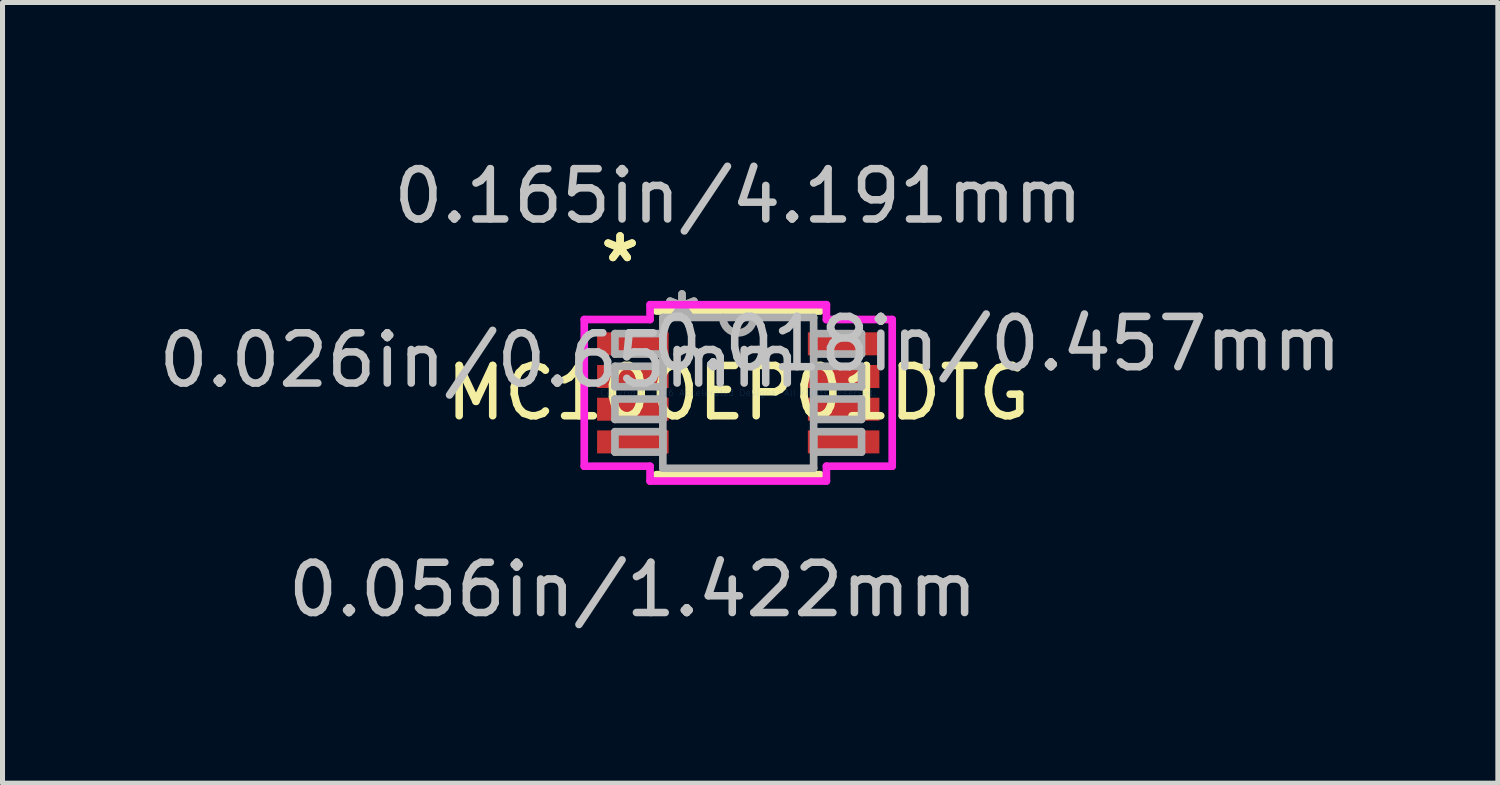
<source format=kicad_pcb>
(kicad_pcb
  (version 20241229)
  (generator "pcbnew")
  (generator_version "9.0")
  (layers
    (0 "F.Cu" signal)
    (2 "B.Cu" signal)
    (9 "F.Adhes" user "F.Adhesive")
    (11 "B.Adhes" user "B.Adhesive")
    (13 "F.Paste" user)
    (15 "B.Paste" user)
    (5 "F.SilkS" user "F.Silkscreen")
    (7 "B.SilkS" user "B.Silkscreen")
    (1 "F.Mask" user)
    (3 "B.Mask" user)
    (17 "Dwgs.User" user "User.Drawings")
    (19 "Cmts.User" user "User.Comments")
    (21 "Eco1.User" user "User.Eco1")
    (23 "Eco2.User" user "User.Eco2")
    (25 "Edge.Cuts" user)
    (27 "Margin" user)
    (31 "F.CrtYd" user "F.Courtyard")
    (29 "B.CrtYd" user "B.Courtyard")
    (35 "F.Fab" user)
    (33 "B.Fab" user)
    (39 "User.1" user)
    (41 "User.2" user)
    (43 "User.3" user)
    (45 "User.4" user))
  (footprint "MC100EP01DTG"
    (layer "F.Cu")
    (at 11.626 4.76)
    (property "Reference" "MC100EP01DTG" (at 0 0 0) (layer "F.SilkS") (effects (font (size 1 1) (thickness 0.15))))
    (attr through_hole)
    (fp_line (start -1.626 1.626) (end 1.626 1.626) (stroke (width 0.152) (type solid)) (layer "F.SilkS"))
    (fp_line (start 1.626 -1.626) (end -1.626 -1.626) (stroke (width 0.152) (type solid)) (layer "F.SilkS"))
    (fp_line (start -3.061 -1.458) (end -1.753 -1.458) (stroke (width 0.152) (type solid)) (layer "F.CrtYd"))
    (fp_line (start -3.061 1.458) (end -3.061 -1.458) (stroke (width 0.152) (type solid)) (layer "F.CrtYd"))
    (fp_line (start -1.753 -1.753) (end 1.753 -1.753) (stroke (width 0.152) (type solid)) (layer "F.CrtYd"))
    (fp_line (start -1.753 -1.458) (end -1.753 -1.753) (stroke (width 0.152) (type solid)) (layer "F.CrtYd"))
    (fp_line (start -1.753 1.458) (end -3.061 1.458) (stroke (width 0.152) (type solid)) (layer "F.CrtYd"))
    (fp_line (start -1.753 1.753) (end -1.753 1.458) (stroke (width 0.152) (type solid)) (layer "F.CrtYd"))
    (fp_line (start 1.753 -1.753) (end 1.753 -1.458) (stroke (width 0.152) (type solid)) (layer "F.CrtYd"))
    (fp_line (start 1.753 -1.458) (end 3.061 -1.458) (stroke (width 0.152) (type solid)) (layer "F.CrtYd"))
    (fp_line (start 1.753 1.458) (end 1.753 1.753) (stroke (width 0.152) (type solid)) (layer "F.CrtYd"))
    (fp_line (start 1.753 1.753) (end -1.753 1.753) (stroke (width 0.152) (type solid)) (layer "F.CrtYd"))
    (fp_line (start 3.061 -1.458) (end 3.061 1.458) (stroke (width 0.152) (type solid)) (layer "F.CrtYd"))
    (fp_line (start 3.061 1.458) (end 1.753 1.458) (stroke (width 0.152) (type solid)) (layer "F.CrtYd"))
    (fp_line (start -2.451 -1.178) (end -2.451 -0.772) (stroke (width 0.152) (type solid)) (layer "F.Fab"))
    (fp_line (start -2.451 -0.772) (end -1.499 -0.772) (stroke (width 0.152) (type solid)) (layer "F.Fab"))
    (fp_line (start -2.451 -0.528) (end -2.451 -0.122) (stroke (width 0.152) (type solid)) (layer "F.Fab"))
    (fp_line (start -2.451 -0.122) (end -1.499 -0.122) (stroke (width 0.152) (type solid)) (layer "F.Fab"))
    (fp_line (start -2.451 0.122) (end -2.451 0.528) (stroke (width 0.152) (type solid)) (layer "F.Fab"))
    (fp_line (start -2.451 0.528) (end -1.499 0.528) (stroke (width 0.152) (type solid)) (layer "F.Fab"))
    (fp_line (start -2.451 0.772) (end -2.451 1.178) (stroke (width 0.152) (type solid)) (layer "F.Fab"))
    (fp_line (start -2.451 1.178) (end -1.499 1.178) (stroke (width 0.152) (type solid)) (layer "F.Fab"))
    (fp_line (start -1.499 -1.499) (end -1.499 1.499) (stroke (width 0.152) (type solid)) (layer "F.Fab"))
    (fp_line (start -1.499 -1.178) (end -2.451 -1.178) (stroke (width 0.152) (type solid)) (layer "F.Fab"))
    (fp_line (start -1.499 -0.772) (end -1.499 -1.178) (stroke (width 0.152) (type solid)) (layer "F.Fab"))
    (fp_line (start -1.499 -0.528) (end -2.451 -0.528) (stroke (width 0.152) (type solid)) (layer "F.Fab"))
    (fp_line (start -1.499 -0.122) (end -1.499 -0.528) (stroke (width 0.152) (type solid)) (layer "F.Fab"))
    (fp_line (start -1.499 0.122) (end -2.451 0.122) (stroke (width 0.152) (type solid)) (layer "F.Fab"))
    (fp_line (start -1.499 0.528) (end -1.499 0.122) (stroke (width 0.152) (type solid)) (layer "F.Fab"))
    (fp_line (start -1.499 0.772) (end -2.451 0.772) (stroke (width 0.152) (type solid)) (layer "F.Fab"))
    (fp_line (start -1.499 1.178) (end -1.499 0.772) (stroke (width 0.152) (type solid)) (layer "F.Fab"))
    (fp_line (start -1.499 1.499) (end 1.499 1.499) (stroke (width 0.152) (type solid)) (layer "F.Fab"))
    (fp_line (start 1.499 -1.499) (end -1.499 -1.499) (stroke (width 0.152) (type solid)) (layer "F.Fab"))
    (fp_line (start 1.499 -1.178) (end 1.499 -0.772) (stroke (width 0.152) (type solid)) (layer "F.Fab"))
    (fp_line (start 1.499 -0.772) (end 2.451 -0.772) (stroke (width 0.152) (type solid)) (layer "F.Fab"))
    (fp_line (start 1.499 -0.528) (end 1.499 -0.122) (stroke (width 0.152) (type solid)) (layer "F.Fab"))
    (fp_line (start 1.499 -0.122) (end 2.451 -0.122) (stroke (width 0.152) (type solid)) (layer "F.Fab"))
    (fp_line (start 1.499 0.122) (end 1.499 0.528) (stroke (width 0.152) (type solid)) (layer "F.Fab"))
    (fp_line (start 1.499 0.528) (end 2.451 0.528) (stroke (width 0.152) (type solid)) (layer "F.Fab"))
    (fp_line (start 1.499 0.772) (end 1.499 1.178) (stroke (width 0.152) (type solid)) (layer "F.Fab"))
    (fp_line (start 1.499 1.178) (end 2.451 1.178) (stroke (width 0.152) (type solid)) (layer "F.Fab"))
    (fp_line (start 1.499 1.499) (end 1.499 -1.499) (stroke (width 0.152) (type solid)) (layer "F.Fab"))
    (fp_line (start 2.451 -1.178) (end 1.499 -1.178) (stroke (width 0.152) (type solid)) (layer "F.Fab"))
    (fp_line (start 2.451 -0.772) (end 2.451 -1.178) (stroke (width 0.152) (type solid)) (layer "F.Fab"))
    (fp_line (start 2.451 -0.528) (end 1.499 -0.528) (stroke (width 0.152) (type solid)) (layer "F.Fab"))
    (fp_line (start 2.451 -0.122) (end 2.451 -0.528) (stroke (width 0.152) (type solid)) (layer "F.Fab"))
    (fp_line (start 2.451 0.122) (end 1.499 0.122) (stroke (width 0.152) (type solid)) (layer "F.Fab"))
    (fp_line (start 2.451 0.528) (end 2.451 0.122) (stroke (width 0.152) (type solid)) (layer "F.Fab"))
    (fp_line (start 2.451 0.772) (end 1.499 0.772) (stroke (width 0.152) (type solid)) (layer "F.Fab"))
    (fp_line (start 2.451 1.178) (end 2.451 0.772) (stroke (width 0.152) (type solid)) (layer "F.Fab"))
    (fp_arc (start 0.3048 -1.4986) (mid 0 -1.1938) (end -0.3048 -1.4986) (stroke (width 0.1524) (type solid)) (layer "F.Fab"))
    (fp_text user "*" (at -2.349 -2.575 0) (layer "F.SilkS") (effects (font (size 1 1) (thickness 0.15))))
    (fp_text user "*" (at -2.349 -2.575 0) (layer "F.SilkS") (effects (font (size 1 1) (thickness 0.15))))
    (fp_text user "0.165in/4.191mm" (at 0 -3.912 0) (layer "Dwgs.User") (effects (font (size 1 1) (thickness 0.15))))
    (fp_text user "0.056in/1.422mm" (at -2.095 3.912 0) (layer "Dwgs.User") (effects (font (size 1 1) (thickness 0.15))))
    (fp_text user "0.018in/0.457mm" (at 5.144 -0.975 0) (layer "Dwgs.User") (effects (font (size 1 1) (thickness 0.15))))
    (fp_text user "0.026in/0.65mm" (at -5.144 -0.65 0) (layer "Dwgs.User") (effects (font (size 1 1) (thickness 0.15))))
    (fp_text user "Copyright 2016 Accelerated Designs. All rights reserved." (at 0 0 0) (layer "Cmts.User") (effects (font (size 0.127 0.127) (thickness 0.002))))
    (fp_text user "*" (at -1.118 -1.422 0) (layer "F.Fab") (effects (font (size 1 1) (thickness 0.15))))
    (fp_text user "*" (at -1.118 -1.422 0) (layer "F.Fab") (effects (font (size 1 1) (thickness 0.15))))
    (pad "1" smd rect (at -2.095 -0.975) (size 1.422 0.457) (layers "F.Cu" "F.Mask" "F.Paste"))
    (pad "2" smd rect (at -2.095 -0.325) (size 1.422 0.457) (layers "F.Cu" "F.Mask" "F.Paste"))
    (pad "3" smd rect (at -2.095 0.325) (size 1.422 0.457) (layers "F.Cu" "F.Mask" "F.Paste"))
    (pad "4" smd rect (at -2.095 0.975) (size 1.422 0.457) (layers "F.Cu" "F.Mask" "F.Paste"))
    (pad "5" smd rect (at 2.095 0.975) (size 1.422 0.457) (layers "F.Cu" "F.Mask" "F.Paste"))
    (pad "6" smd rect (at 2.095 0.325) (size 1.422 0.457) (layers "F.Cu" "F.Mask" "F.Paste"))
    (pad "7" smd rect (at 2.095 -0.325) (size 1.422 0.457) (layers "F.Cu" "F.Mask" "F.Paste"))
    (pad "8" smd rect (at 2.095 -0.975) (size 1.422 0.457) (layers "F.Cu" "F.Mask" "F.Paste")))
  (gr_rect
    (start -3 -3)
    (end 26.727 12.52)
    (stroke (width 0.1) (type default))
    (fill no)
    (layer "Edge.Cuts")))
</source>
